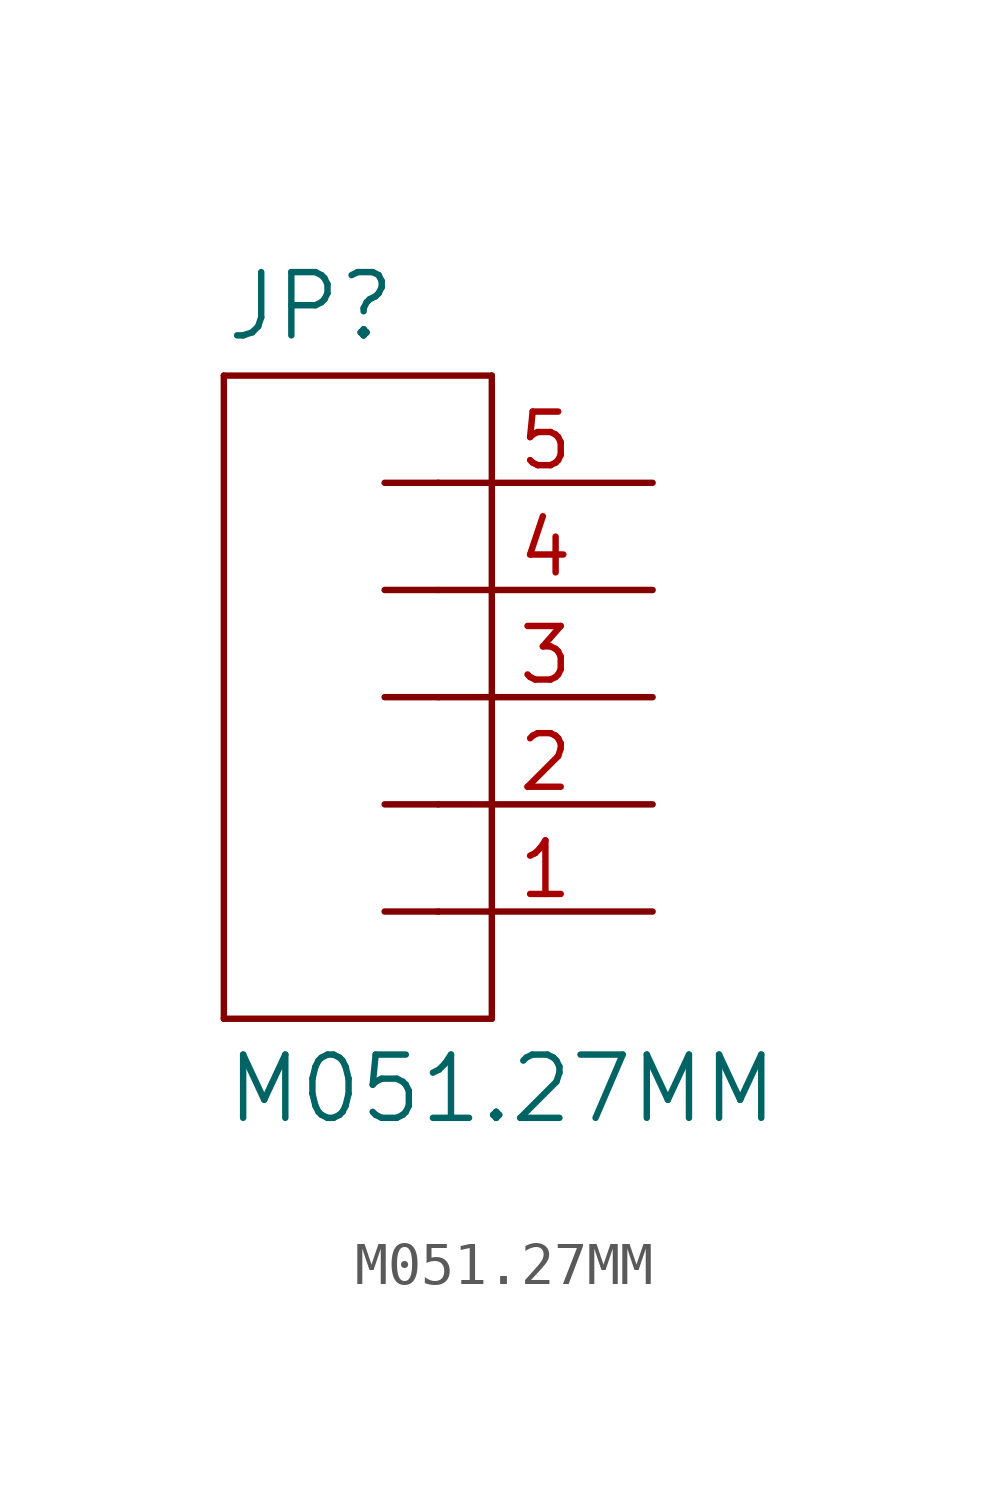
<source format=kicad_sym>
(kicad_symbol_lib
  (version 20211014)
  (generator kicad_symbol_editor)
  (symbol "M051.27MM"
    (pin_names
      (offset 1.016))
    (property "Reference" "JP"
      (at -2.54 8.382 0)
      (effects (font (size 1.499 1.499)) (justify left bottom)))
    (property "Value" "M051.27MM"
      (at -2.54 -10.16 0)
      (effects (font (size 1.499 1.499)) (justify left bottom)))
    (property "ki_locked" ""
      (at 0 0 0)
      (effects (font (size 1.27 1.27))))
    (symbol "M051.27MM_1_0"
      (polyline (pts (xy -2.54 7.62) (xy -2.54 -7.62)) (stroke (width 0) (type default) (color 0 0 0 0)) (fill (type none)))
      (polyline (pts (xy -2.54 7.62) (xy 3.81 7.62)) (stroke (width 0) (type default) (color 0 0 0 0)) (fill (type none)))
      (polyline (pts (xy 1.27 -5.08) (xy 2.54 -5.08)) (stroke (width 0) (type default) (color 0 0 0 0)) (fill (type none)))
      (polyline (pts (xy 1.27 -2.54) (xy 2.54 -2.54)) (stroke (width 0) (type default) (color 0 0 0 0)) (fill (type none)))
      (polyline (pts (xy 1.27 0) (xy 2.54 0)) (stroke (width 0) (type default) (color 0 0 0 0)) (fill (type none)))
      (polyline (pts (xy 1.27 2.54) (xy 2.54 2.54)) (stroke (width 0) (type default) (color 0 0 0 0)) (fill (type none)))
      (polyline (pts (xy 1.27 5.08) (xy 2.54 5.08)) (stroke (width 0) (type default) (color 0 0 0 0)) (fill (type none)))
      (polyline (pts (xy 3.81 -7.62) (xy -2.54 -7.62)) (stroke (width 0) (type default) (color 0 0 0 0)) (fill (type none)))
      (polyline (pts (xy 3.81 -7.62) (xy 3.81 7.62)) (stroke (width 0) (type default) (color 0 0 0 0)) (fill (type none)))
      (pin passive line (at 7.62 -5.08 180) (length 5.08) (name "1" (effects (font (size 0 0)))) (number "1" (effects (font (size 1.27 1.27)))))
      (pin passive line (at 7.62 -2.54 180) (length 5.08) (name "2" (effects (font (size 0 0)))) (number "2" (effects (font (size 1.27 1.27)))))
      (pin passive line (at 7.62 0 180) (length 5.08) (name "3" (effects (font (size 0 0)))) (number "3" (effects (font (size 1.27 1.27)))))
      (pin passive line (at 7.62 2.54 180) (length 5.08) (name "4" (effects (font (size 0 0)))) (number "4" (effects (font (size 1.27 1.27)))))
      (pin passive line (at 7.62 5.08 180) (length 5.08) (name "5" (effects (font (size 0 0)))) (number "5" (effects (font (size 1.27 1.27))))))))
</source>
